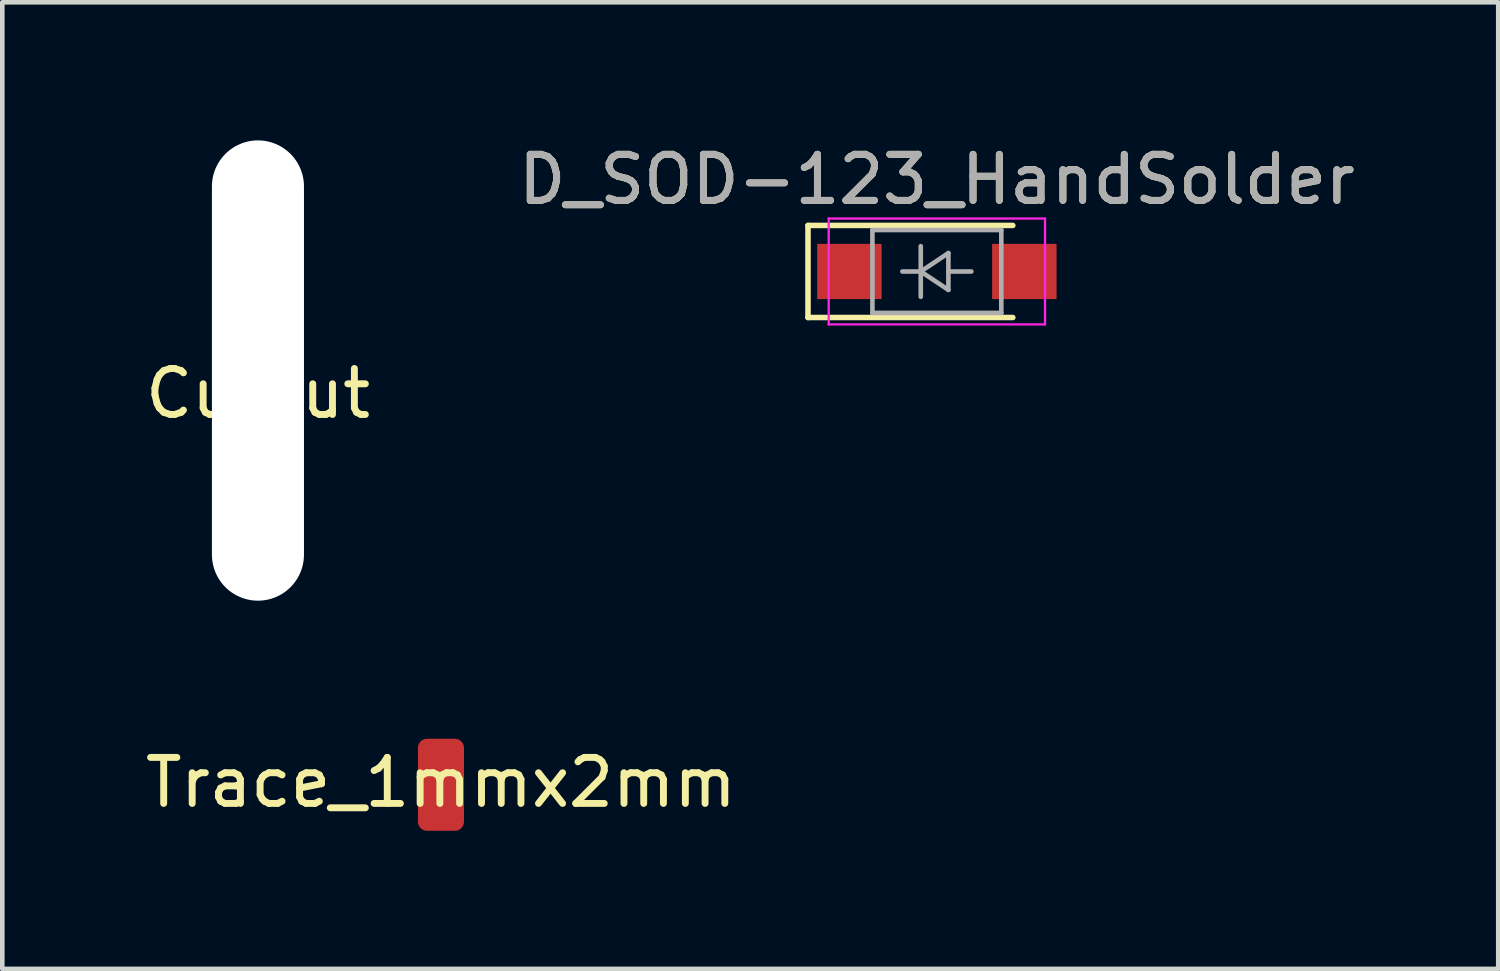
<source format=kicad_pcb>
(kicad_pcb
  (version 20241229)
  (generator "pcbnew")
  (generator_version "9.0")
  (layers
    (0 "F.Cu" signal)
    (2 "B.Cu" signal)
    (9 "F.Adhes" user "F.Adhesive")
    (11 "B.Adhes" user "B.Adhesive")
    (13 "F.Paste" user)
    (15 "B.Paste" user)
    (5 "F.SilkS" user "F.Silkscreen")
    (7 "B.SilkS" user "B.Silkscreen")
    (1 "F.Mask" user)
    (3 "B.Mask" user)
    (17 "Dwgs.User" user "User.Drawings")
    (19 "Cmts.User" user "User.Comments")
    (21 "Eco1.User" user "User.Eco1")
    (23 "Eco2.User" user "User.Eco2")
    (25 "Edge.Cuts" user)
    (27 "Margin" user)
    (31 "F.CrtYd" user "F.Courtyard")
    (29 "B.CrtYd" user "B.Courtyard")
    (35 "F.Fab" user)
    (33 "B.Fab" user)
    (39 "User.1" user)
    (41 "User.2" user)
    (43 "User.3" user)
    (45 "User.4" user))
  (footprint "Cutout"
    (layer "F.Cu")
    (at 2.554 5)
    (property "Reference" "Cutout" (at 0 0.5 0) (layer "F.SilkS") (effects (font (size 1 1) (thickness 0.15))))
    (attr through_hole)
    (pad "" np_thru_hole oval (at 0 0) (size 2 10) (drill oval 2 10) (layers "*.Cu" "*.Mask")))
  (footprint "D_SOD-123_HandSolder"
    (layer "F.Cu")
    (at 17.304 2.848)
    (property "Reference" "D_SOD-123_HandSolder" (at 0 -2 0) (layer "F.SilkS") (effects (font (size 1 1) (thickness 0.15))))
    (attr smd)
    (fp_line (start -2.8 -1) (end -2.8 1) (stroke (width 0.12) (type solid)) (layer "F.SilkS"))
    (fp_line (start -2.8 -1) (end 1.65 -1) (stroke (width 0.12) (type solid)) (layer "F.SilkS"))
    (fp_line (start -2.8 1) (end 1.65 1) (stroke (width 0.12) (type solid)) (layer "F.SilkS"))
    (fp_line (start -2.35 -1.15) (end -2.35 1.15) (stroke (width 0.05) (type solid)) (layer "F.CrtYd"))
    (fp_line (start -2.35 -1.15) (end 2.35 -1.15) (stroke (width 0.05) (type solid)) (layer "F.CrtYd"))
    (fp_line (start 2.35 -1.15) (end 2.35 1.15) (stroke (width 0.05) (type solid)) (layer "F.CrtYd"))
    (fp_line (start 2.35 1.15) (end -2.35 1.15) (stroke (width 0.05) (type solid)) (layer "F.CrtYd"))
    (fp_line (start -1.4 -0.9) (end 1.4 -0.9) (stroke (width 0.1) (type solid)) (layer "F.Fab"))
    (fp_line (start -1.4 0.9) (end -1.4 -0.9) (stroke (width 0.1) (type solid)) (layer "F.Fab"))
    (fp_line (start -0.75 0) (end -0.35 0) (stroke (width 0.1) (type solid)) (layer "F.Fab"))
    (fp_line (start -0.35 0) (end -0.35 -0.55) (stroke (width 0.1) (type solid)) (layer "F.Fab"))
    (fp_line (start -0.35 0) (end -0.35 0.55) (stroke (width 0.1) (type solid)) (layer "F.Fab"))
    (fp_line (start -0.35 0) (end 0.25 -0.4) (stroke (width 0.1) (type solid)) (layer "F.Fab"))
    (fp_line (start 0.25 -0.4) (end 0.25 0.4) (stroke (width 0.1) (type solid)) (layer "F.Fab"))
    (fp_line (start 0.25 0) (end 0.75 0) (stroke (width 0.1) (type solid)) (layer "F.Fab"))
    (fp_line (start 0.25 0.4) (end -0.35 0) (stroke (width 0.1) (type solid)) (layer "F.Fab"))
    (fp_line (start 1.4 -0.9) (end 1.4 0.9) (stroke (width 0.1) (type solid)) (layer "F.Fab"))
    (fp_line (start 1.4 0.9) (end -1.4 0.9) (stroke (width 0.1) (type solid)) (layer "F.Fab"))
    (fp_text user "${REFERENCE}" (at 0 -2 0) (layer "F.Fab") (effects (font (size 1 1) (thickness 0.15))))
    (pad "1" smd rect (at -1.9 0) (size 1.4 1.2) (layers "F.Cu" "F.Mask" "F.Paste"))
    (pad "2" smd rect (at 1.9 0) (size 1.4 1.2) (layers "F.Cu" "F.Mask" "F.Paste")))
  (footprint "Trace_1mmx2mm"
    (layer "F.Cu")
    (at 6.53 14)
    (property "Reference" "Trace_1mmx2mm" (at 0 -0.05 0) (layer "F.SilkS") (effects (font (size 1 1) (thickness 0.15))))
    (attr through_hole)
    (fp_poly (pts (xy -0.5 0.8) (xy -0.5 -0.8) (xy 0.5 -0.8) (xy 0.5 0.8)) (stroke (width 0) (type solid)) (fill yes) (layer "F.Cu"))
    (pad "1" smd oval (at 0 -0.8) (size 1 0.4) (layers "F.Cu"))
    (pad "2" smd oval (at 0 0.8) (size 1 0.4) (layers "F.Cu")))
  (gr_rect
    (start -3 -3)
    (end 29.5 18)
    (stroke (width 0.1) (type default))
    (fill no)
    (layer "Edge.Cuts")))
</source>
